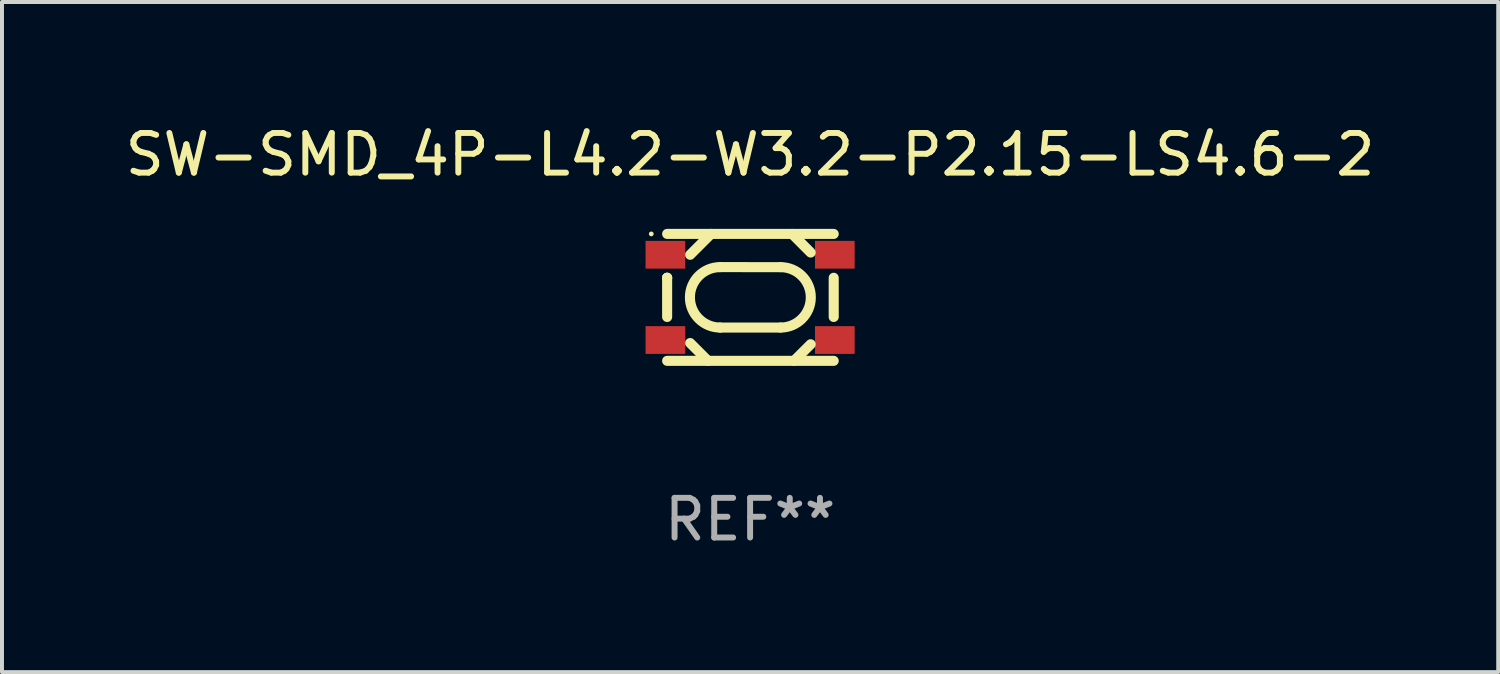
<source format=kicad_pcb>
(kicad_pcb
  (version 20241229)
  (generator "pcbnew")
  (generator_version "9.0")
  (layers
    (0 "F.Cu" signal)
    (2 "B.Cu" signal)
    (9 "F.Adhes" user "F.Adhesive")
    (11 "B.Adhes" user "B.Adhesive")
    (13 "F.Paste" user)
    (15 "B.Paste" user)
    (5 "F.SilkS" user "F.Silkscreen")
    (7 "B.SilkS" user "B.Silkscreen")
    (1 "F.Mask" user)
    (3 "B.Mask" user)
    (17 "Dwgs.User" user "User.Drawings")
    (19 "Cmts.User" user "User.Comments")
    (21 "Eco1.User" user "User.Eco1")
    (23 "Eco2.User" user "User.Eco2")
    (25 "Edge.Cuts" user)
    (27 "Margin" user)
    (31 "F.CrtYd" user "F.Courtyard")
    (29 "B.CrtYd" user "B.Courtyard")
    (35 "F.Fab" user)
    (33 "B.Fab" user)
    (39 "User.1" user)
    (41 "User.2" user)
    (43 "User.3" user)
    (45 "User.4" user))
  (footprint "SW-SMD_4P-L4.2-W3.2-P2.15-LS4.6-2"
    (layer "F.Cu")
    (at 15.863 4.448)
    (property "Reference" "SW-SMD_4P-L4.2-W3.2-P2.15-LS4.6-2" (at -0.000076 -3.6 0) (layer "F.SilkS") (effects (font (size 1 1) (thickness 0.15))))
    (attr smd)
    (fp_line (start -2.092 -1.6) (end 2.108 -1.6) (stroke (width 0.254) (type solid)) (layer "F.SilkS"))
    (fp_line (start -2.092 -0.494) (end -2.092 -0.495) (stroke (width 0.254) (type solid)) (layer "F.SilkS"))
    (fp_line (start -2.092 -0.494) (end -2.092 -0.494) (stroke (width 0.254) (type solid)) (layer "F.SilkS"))
    (fp_line (start -2.092 -0.494) (end -2.092 0.494) (stroke (width 0.254) (type solid)) (layer "F.SilkS"))
    (fp_line (start -2.092 1.6) (end 2.108 1.6) (stroke (width 0.254) (type solid)) (layer "F.SilkS"))
    (fp_line (start -1.512 -1.074) (end -0.986 -1.6) (stroke (width 0.254) (type solid)) (layer "F.SilkS"))
    (fp_line (start -1.512 1.151) (end -1.063 1.6) (stroke (width 0.254) (type solid)) (layer "F.SilkS"))
    (fp_line (start -0.756 -0.763) (end 0.77 -0.762) (stroke (width 0.254) (type solid)) (layer "F.SilkS"))
    (fp_line (start -0.756 0.761) (end 0.768 0.761) (stroke (width 0.254) (type solid)) (layer "F.SilkS"))
    (fp_line (start 1.527 -1.131) (end 1.058 -1.6) (stroke (width 0.254) (type solid)) (layer "F.SilkS"))
    (fp_line (start 1.527 1.182) (end 1.109 1.6) (stroke (width 0.254) (type solid)) (layer "F.SilkS"))
    (fp_line (start 2.108 0.494) (end 2.108 -0.494) (stroke (width 0.254) (type solid)) (layer "F.SilkS"))
    (fp_arc (start -0.755652 0.760986) (mid -1.517653 -0.001017) (end -0.75565 -0.763018) (stroke (width 0.254001) (type solid)) (layer "F.SilkS"))
    (fp_arc (start 0.769622 -0.762002) (mid 1.530481 0.000127) (end 0.768352 0.760986) (stroke (width 0.254001) (type solid)) (layer "F.SilkS"))
    (fp_circle (center -2.492 -1.6) (end -2.462 -1.6) (stroke (width 0.06) (type solid)) (fill no) (layer "F.SilkS"))
    (fp_text user "REF**" (at -0.000076 5.6 0) (layer "F.Fab") (effects (font (size 1 1) (thickness 0.15))))
    (pad "1" smd rect (at -2.136 -1.075 90) (size 0.7 1) (layers "F.Cu" "F.Mask" "F.Paste"))
    (pad "2" smd rect (at 2.136 -1.075 90) (size 0.7 1) (layers "F.Cu" "F.Mask" "F.Paste"))
    (pad "3" smd rect (at -2.136 1.075 90) (size 0.7 1) (layers "F.Cu" "F.Mask" "F.Paste"))
    (pad "4" smd rect (at 2.136 1.075 90) (size 0.7 1) (layers "F.Cu" "F.Mask" "F.Paste")))
  (gr_rect
    (start -3 -3)
    (end 34.726 13.896)
    (stroke (width 0.1) (type default))
    (fill no)
    (layer "Edge.Cuts")))
</source>
